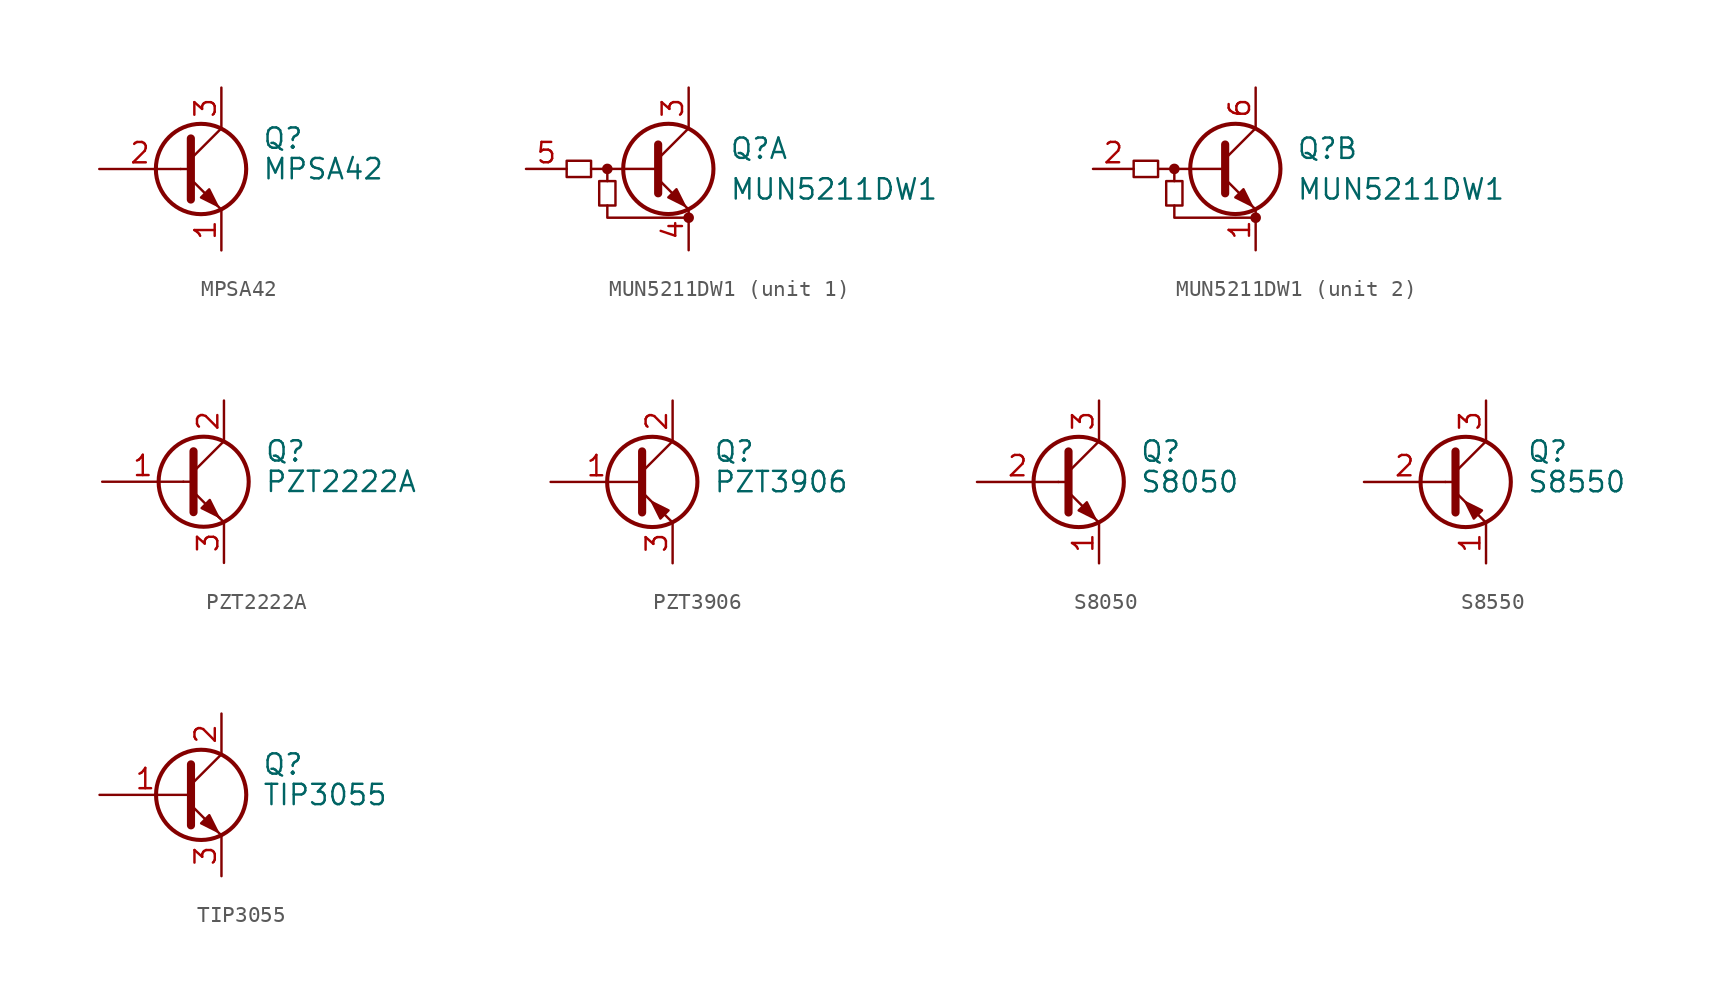
<source format=kicad_sym>
(kicad_symbol_lib
  (version 20220914)
  (generator kicad_symbol_editor)
  (symbol "MPSA42"
    (pin_names
      (offset 1.016) hide)
    (property "Reference" "Q"
      (at 5.08 1.905 0)
      (effects (font (size 1.27 1.27)) (justify left)))
    (property "Value" "MPSA42"
      (at 5.08 0 0)
      (effects (font (size 1.27 1.27)) (justify left)))
    (symbol "MPSA42_0_1"
      (polyline (pts (xy 0 0) (xy 0.635 0)) (stroke (width 0) (type default)) (fill (type none)))
      (polyline (pts (xy 0.635 0.635) (xy 2.54 2.54)) (stroke (width 0) (type default)) (fill (type none)))
      (polyline (pts (xy 0.635 -0.635) (xy 2.54 -2.54) (xy 2.54 -2.54)) (stroke (width 0) (type default)) (fill (type none)))
      (polyline (pts (xy 0.635 1.905) (xy 0.635 -1.905) (xy 0.635 -1.905)) (stroke (width 0.508) (type default)) (fill (type none)))
      (polyline (pts (xy 1.27 -1.778) (xy 1.778 -1.27) (xy 2.286 -2.286) (xy 1.27 -1.778) (xy 1.27 -1.778)) (stroke (width 0) (type default)) (fill (type outline)))
      (circle (center 1.27 0) (radius 2.819) (stroke (width 0.254) (type default)) (fill (type none))))
    (symbol "MPSA42_1_1"
      (pin passive line (at 2.54 -5.08 90) (length 2.54) (name "E" (effects (font (size 1.27 1.27)))) (number "1" (effects (font (size 1.27 1.27)))))
      (pin input line (at -5.08 0 0) (length 5.08) (name "B" (effects (font (size 1.27 1.27)))) (number "2" (effects (font (size 1.27 1.27)))))
      (pin passive line (at 2.54 5.08 270) (length 2.54) (name "C" (effects (font (size 1.27 1.27)))) (number "3" (effects (font (size 1.27 1.27)))))))
  (symbol "MUN5211DW1"
    (pin_names hide)
    (property "Reference" "Q"
      (at 3.81 1.27 0)
      (effects (font (size 1.27 1.27)) (justify left)))
    (property "Value" "MUN5211DW1"
      (at 3.81 -1.27 0)
      (effects (font (size 1.27 1.27)) (justify left)))
    (symbol "MUN5211DW1_0_1"
      (rectangle (start -6.35 0.508) (end -4.826 -0.508) (stroke (width 0) (type default)) (fill (type none)))
      (rectangle (start -4.318 -2.286) (end -3.302 -0.762) (stroke (width 0) (type default)) (fill (type none)))
      (circle (center -3.81 0) (radius 0.254) (stroke (width 0) (type default)) (fill (type outline)))
      (polyline (pts (xy -3.81 -0.762) (xy -3.81 0)) (stroke (width 0) (type default)) (fill (type none)))
      (polyline (pts (xy -0.762 0) (xy -4.826 0)) (stroke (width 0) (type default)) (fill (type none)))
      (polyline (pts (xy -0.635 1.524) (xy -0.635 -1.524)) (stroke (width 0.508) (type default)) (fill (type none)))
      (polyline (pts (xy -3.81 -2.286) (xy -3.81 -3.048) (xy 1.27 -3.048)) (stroke (width 0) (type default)) (fill (type none)))
      (circle (center 1.27 -3.048) (radius 0.254) (stroke (width 0) (type default)) (fill (type outline))))
    (symbol "MUN5211DW1_1_1"
      (polyline (pts (xy -0.635 0.635) (xy 1.27 2.54)) (stroke (width 0) (type default)) (fill (type none)))
      (polyline (pts (xy -0.635 -0.635) (xy 1.27 -2.54) (xy 1.27 -2.54)) (stroke (width 0) (type default)) (fill (type none)))
      (polyline (pts (xy 0 -1.778) (xy 0.508 -1.27) (xy 1.016 -2.286) (xy 0 -1.778) (xy 0 -1.778)) (stroke (width 0) (type default)) (fill (type outline)))
      (circle (center 0 0) (radius 2.819) (stroke (width 0.254) (type default)) (fill (type none)))
      (pin passive line (at 1.27 5.08 270) (length 2.54) (name "C1" (effects (font (size 1.27 1.27)))) (number "3" (effects (font (size 1.27 1.27)))))
      (pin passive line (at 1.27 -5.08 90) (length 2.54) (name "E1" (effects (font (size 1.27 1.27)))) (number "4" (effects (font (size 1.27 1.27)))))
      (pin input line (at -8.89 0 0) (length 2.54) (name "B1" (effects (font (size 1.27 1.27)))) (number "5" (effects (font (size 1.27 1.27))))))
    (symbol "MUN5211DW1_2_1"
      (polyline (pts (xy -0.635 0.635) (xy 1.27 2.54)) (stroke (width 0) (type default)) (fill (type none)))
      (polyline (pts (xy -0.635 -0.635) (xy 1.27 -2.54) (xy 1.27 -2.54)) (stroke (width 0) (type default)) (fill (type none)))
      (polyline (pts (xy 0 -1.778) (xy 0.508 -1.27) (xy 1.016 -2.286) (xy 0 -1.778) (xy 0 -1.778)) (stroke (width 0) (type default)) (fill (type outline)))
      (circle (center 0 0) (radius 2.819) (stroke (width 0.254) (type default)) (fill (type none)))
      (pin passive line (at 1.27 -5.08 90) (length 2.54) (name "E2" (effects (font (size 1.27 1.27)))) (number "1" (effects (font (size 1.27 1.27)))))
      (pin input line (at -8.89 0 0) (length 2.54) (name "B2" (effects (font (size 1.27 1.27)))) (number "2" (effects (font (size 1.27 1.27)))))
      (pin passive line (at 1.27 5.08 270) (length 2.54) (name "C2" (effects (font (size 1.27 1.27)))) (number "6" (effects (font (size 1.27 1.27)))))))
  (symbol "PZT2222A"
    (pin_names
      (offset 0) hide)
    (property "Reference" "Q"
      (at 5.08 1.905 0)
      (effects (font (size 1.27 1.27)) (justify left)))
    (property "Value" "PZT2222A"
      (at 5.08 0 0)
      (effects (font (size 1.27 1.27)) (justify left)))
    (symbol "PZT2222A_0_1"
      (polyline (pts (xy 0 0) (xy 0.635 0)) (stroke (width 0) (type default)) (fill (type none)))
      (polyline (pts (xy 2.54 -2.54) (xy 0.635 -0.635)) (stroke (width 0) (type default)) (fill (type none)))
      (polyline (pts (xy 2.54 2.54) (xy 0.635 0.635)) (stroke (width 0) (type default)) (fill (type none)))
      (polyline (pts (xy 0.635 1.905) (xy 0.635 -1.905) (xy 0.635 -1.905)) (stroke (width 0.508) (type default)) (fill (type none)))
      (polyline (pts (xy 2.286 -2.286) (xy 1.778 -1.778) (xy 1.778 -1.778)) (stroke (width 0) (type default)) (fill (type none)))
      (polyline (pts (xy 1.143 -1.651) (xy 1.651 -1.143) (xy 2.159 -2.159) (xy 1.143 -1.651) (xy 1.143 -1.651)) (stroke (width 0) (type default)) (fill (type outline)))
      (circle (center 1.27 0) (radius 2.819) (stroke (width 0.254) (type default)) (fill (type none))))
    (symbol "PZT2222A_1_1"
      (pin input line (at -5.08 0 0) (length 5.08) (name "B" (effects (font (size 1.27 1.27)))) (number "1" (effects (font (size 1.27 1.27)))))
      (pin passive line (at 2.54 5.08 270) (length 2.54) (name "C" (effects (font (size 1.27 1.27)))) (number "2" (effects (font (size 1.27 1.27)))))
      (pin passive line (at 2.54 -5.08 90) (length 2.54) (name "E" (effects (font (size 1.27 1.27)))) (number "3" (effects (font (size 1.27 1.27)))))))
  (symbol "PZT3906"
    (pin_names
      (offset 0) hide)
    (property "Reference" "Q"
      (at 5.08 1.905 0)
      (effects (font (size 1.27 1.27)) (justify left)))
    (property "Value" "PZT3906"
      (at 5.08 0 0)
      (effects (font (size 1.27 1.27)) (justify left)))
    (symbol "PZT3906_0_1"
      (polyline (pts (xy 0.635 0.635) (xy 2.54 2.54)) (stroke (width 0) (type default)) (fill (type none)))
      (polyline (pts (xy 0.635 -0.635) (xy 2.54 -2.54) (xy 2.54 -2.54)) (stroke (width 0) (type default)) (fill (type none)))
      (polyline (pts (xy 0.635 1.905) (xy 0.635 -1.905) (xy 0.635 -1.905)) (stroke (width 0.508) (type default)) (fill (type none)))
      (polyline (pts (xy 2.286 -1.778) (xy 1.778 -2.286) (xy 1.27 -1.27) (xy 2.286 -1.778) (xy 2.286 -1.778)) (stroke (width 0) (type default)) (fill (type outline)))
      (circle (center 1.27 0) (radius 2.819) (stroke (width 0.254) (type default)) (fill (type none))))
    (symbol "PZT3906_1_1"
      (pin input line (at -5.08 0 0) (length 5.715) (name "B" (effects (font (size 1.27 1.27)))) (number "1" (effects (font (size 1.27 1.27)))))
      (pin passive line (at 2.54 5.08 270) (length 2.54) (name "C" (effects (font (size 1.27 1.27)))) (number "2" (effects (font (size 1.27 1.27)))))
      (pin passive line (at 2.54 -5.08 90) (length 2.54) (name "E" (effects (font (size 1.27 1.27)))) (number "3" (effects (font (size 1.27 1.27)))))
      (pin passive line (at 2.54 5.08 270) (length 2.54) hide (name "C" (effects (font (size 1.27 1.27)))) (number "4" (effects (font (size 1.27 1.27)))))))
  (symbol "S8050"
    (pin_names
      (offset 0) hide)
    (property "Reference" "Q"
      (at 5.08 1.905 0)
      (effects (font (size 1.27 1.27)) (justify left)))
    (property "Value" "S8050"
      (at 5.08 0 0)
      (effects (font (size 1.27 1.27)) (justify left)))
    (symbol "S8050_0_1"
      (polyline (pts (xy 0 0) (xy 0.635 0)) (stroke (width 0) (type default)) (fill (type none)))
      (polyline (pts (xy 0.635 0.635) (xy 2.54 2.54)) (stroke (width 0) (type default)) (fill (type none)))
      (polyline (pts (xy 0.635 -0.635) (xy 2.54 -2.54) (xy 2.54 -2.54)) (stroke (width 0) (type default)) (fill (type none)))
      (polyline (pts (xy 0.635 1.905) (xy 0.635 -1.905) (xy 0.635 -1.905)) (stroke (width 0.508) (type default)) (fill (type none)))
      (polyline (pts (xy 1.27 -1.778) (xy 1.778 -1.27) (xy 2.286 -2.286) (xy 1.27 -1.778) (xy 1.27 -1.778)) (stroke (width 0) (type default)) (fill (type outline)))
      (circle (center 1.27 0) (radius 2.819) (stroke (width 0.254) (type default)) (fill (type none))))
    (symbol "S8050_1_1"
      (pin passive line (at 2.54 -5.08 90) (length 2.54) (name "E" (effects (font (size 1.27 1.27)))) (number "1" (effects (font (size 1.27 1.27)))))
      (pin input line (at -5.08 0 0) (length 5.08) (name "B" (effects (font (size 1.27 1.27)))) (number "2" (effects (font (size 1.27 1.27)))))
      (pin passive line (at 2.54 5.08 270) (length 2.54) (name "C" (effects (font (size 1.27 1.27)))) (number "3" (effects (font (size 1.27 1.27)))))))
  (symbol "S8550"
    (pin_names
      (offset 0) hide)
    (property "Reference" "Q"
      (at 5.08 1.905 0)
      (effects (font (size 1.27 1.27)) (justify left)))
    (property "Value" "S8550"
      (at 5.08 0 0)
      (effects (font (size 1.27 1.27)) (justify left)))
    (symbol "S8550_0_1"
      (polyline (pts (xy 0 0) (xy 0.635 0)) (stroke (width 0) (type default)) (fill (type none)))
      (polyline (pts (xy 2.54 -2.54) (xy 0.635 -0.635)) (stroke (width 0) (type default)) (fill (type none)))
      (polyline (pts (xy 2.54 2.54) (xy 0.635 0.635)) (stroke (width 0) (type default)) (fill (type none)))
      (polyline (pts (xy 0.635 1.905) (xy 0.635 -1.905) (xy 0.635 -1.905)) (stroke (width 0.508) (type default)) (fill (type outline)))
      (polyline (pts (xy 1.778 -2.286) (xy 2.286 -1.778) (xy 1.27 -1.27) (xy 1.778 -2.286) (xy 1.778 -2.286)) (stroke (width 0) (type default)) (fill (type outline)))
      (circle (center 1.27 0) (radius 2.819) (stroke (width 0.254) (type default)) (fill (type none))))
    (symbol "S8550_1_1"
      (pin passive line (at 2.54 -5.08 90) (length 2.54) (name "E" (effects (font (size 1.27 1.27)))) (number "1" (effects (font (size 1.27 1.27)))))
      (pin input line (at -5.08 0 0) (length 5.08) (name "B" (effects (font (size 1.27 1.27)))) (number "2" (effects (font (size 1.27 1.27)))))
      (pin passive line (at 2.54 5.08 270) (length 2.54) (name "C" (effects (font (size 1.27 1.27)))) (number "3" (effects (font (size 1.27 1.27)))))))
  (symbol "TIP3055"
    (pin_names
      (offset 0) hide)
    (property "Reference" "Q"
      (at 5.08 1.905 0)
      (effects (font (size 1.27 1.27)) (justify left)))
    (property "Value" "TIP3055"
      (at 5.08 0 0)
      (effects (font (size 1.27 1.27)) (justify left)))
    (symbol "TIP3055_0_1"
      (polyline (pts (xy 0.635 0.635) (xy 2.54 2.54)) (stroke (width 0) (type default)) (fill (type none)))
      (polyline (pts (xy 0.635 -0.635) (xy 2.54 -2.54) (xy 2.54 -2.54)) (stroke (width 0) (type default)) (fill (type none)))
      (polyline (pts (xy 0.635 1.905) (xy 0.635 -1.905) (xy 0.635 -1.905)) (stroke (width 0.508) (type default)) (fill (type none)))
      (polyline (pts (xy 1.27 -1.778) (xy 1.778 -1.27) (xy 2.286 -2.286) (xy 1.27 -1.778) (xy 1.27 -1.778)) (stroke (width 0) (type default)) (fill (type outline)))
      (circle (center 1.27 0) (radius 2.819) (stroke (width 0.254) (type default)) (fill (type none))))
    (symbol "TIP3055_1_1"
      (pin input line (at -5.08 0 0) (length 5.715) (name "B" (effects (font (size 1.27 1.27)))) (number "1" (effects (font (size 1.27 1.27)))))
      (pin passive line (at 2.54 5.08 270) (length 2.54) (name "C" (effects (font (size 1.27 1.27)))) (number "2" (effects (font (size 1.27 1.27)))))
      (pin passive line (at 2.54 -5.08 90) (length 2.54) (name "E" (effects (font (size 1.27 1.27)))) (number "3" (effects (font (size 1.27 1.27))))))))
</source>
